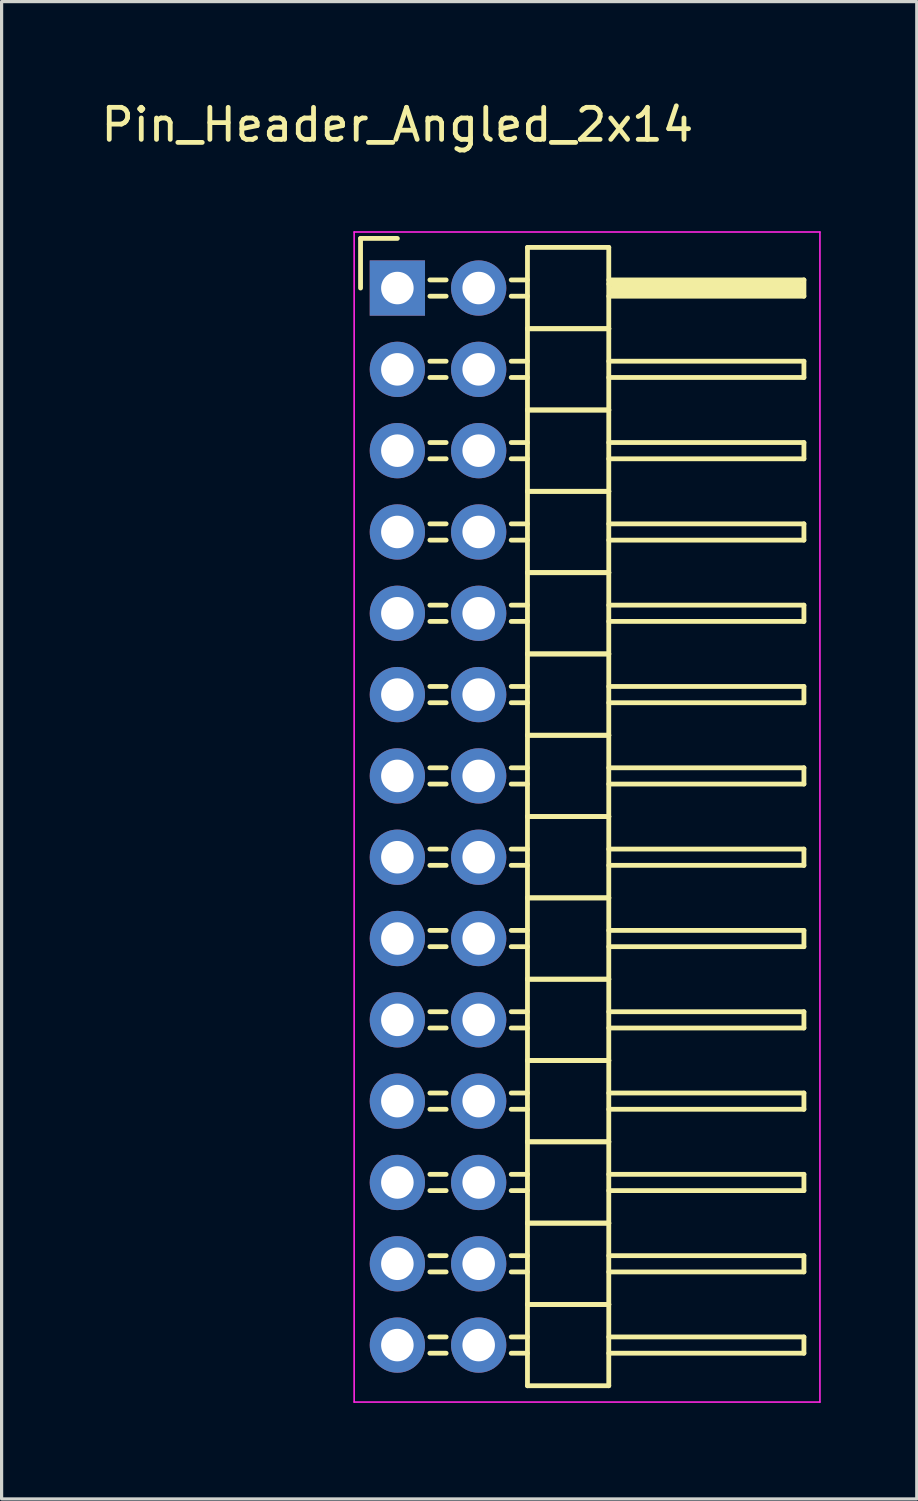
<source format=kicad_pcb>
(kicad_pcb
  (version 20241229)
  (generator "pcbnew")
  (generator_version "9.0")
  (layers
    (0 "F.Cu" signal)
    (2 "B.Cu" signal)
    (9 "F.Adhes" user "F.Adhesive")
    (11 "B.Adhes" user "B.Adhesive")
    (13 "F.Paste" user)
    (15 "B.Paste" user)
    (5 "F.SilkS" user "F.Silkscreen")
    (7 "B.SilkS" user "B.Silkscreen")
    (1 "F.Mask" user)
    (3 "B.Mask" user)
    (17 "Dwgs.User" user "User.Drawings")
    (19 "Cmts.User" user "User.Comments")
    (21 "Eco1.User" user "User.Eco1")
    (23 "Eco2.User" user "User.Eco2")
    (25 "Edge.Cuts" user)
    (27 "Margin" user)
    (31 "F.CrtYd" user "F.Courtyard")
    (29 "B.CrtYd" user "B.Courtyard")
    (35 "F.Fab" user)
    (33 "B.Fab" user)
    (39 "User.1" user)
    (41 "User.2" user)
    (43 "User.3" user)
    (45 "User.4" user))
  (footprint "Pin_Header_Angled_2x14"
    (layer "F.Cu")
    (at 9.363 5.948)
    (property "Reference" "Pin_Header_Angled_2x14" (at 0 -5.1 0) (layer "F.SilkS") (effects (font (size 1 1) (thickness 0.15))))
    (attr through_hole)
    (fp_line (start -1.15 -1.55) (end -1.15 0) (stroke (width 0.15) (type solid)) (layer "F.SilkS"))
    (fp_line (start 0 -1.55) (end -1.15 -1.55) (stroke (width 0.15) (type solid)) (layer "F.SilkS"))
    (fp_line (start 1.524 -0.254) (end 1.016 -0.254) (stroke (width 0.15) (type solid)) (layer "F.SilkS"))
    (fp_line (start 1.524 0.254) (end 1.016 0.254) (stroke (width 0.15) (type solid)) (layer "F.SilkS"))
    (fp_line (start 1.524 2.286) (end 1.016 2.286) (stroke (width 0.15) (type solid)) (layer "F.SilkS"))
    (fp_line (start 1.524 2.794) (end 1.016 2.794) (stroke (width 0.15) (type solid)) (layer "F.SilkS"))
    (fp_line (start 1.524 4.826) (end 1.016 4.826) (stroke (width 0.15) (type solid)) (layer "F.SilkS"))
    (fp_line (start 1.524 5.334) (end 1.016 5.334) (stroke (width 0.15) (type solid)) (layer "F.SilkS"))
    (fp_line (start 1.524 7.366) (end 1.016 7.366) (stroke (width 0.15) (type solid)) (layer "F.SilkS"))
    (fp_line (start 1.524 7.874) (end 1.016 7.874) (stroke (width 0.15) (type solid)) (layer "F.SilkS"))
    (fp_line (start 1.524 9.906) (end 1.016 9.906) (stroke (width 0.15) (type solid)) (layer "F.SilkS"))
    (fp_line (start 1.524 10.414) (end 1.016 10.414) (stroke (width 0.15) (type solid)) (layer "F.SilkS"))
    (fp_line (start 1.524 12.446) (end 1.016 12.446) (stroke (width 0.15) (type solid)) (layer "F.SilkS"))
    (fp_line (start 1.524 12.954) (end 1.016 12.954) (stroke (width 0.15) (type solid)) (layer "F.SilkS"))
    (fp_line (start 1.524 14.986) (end 1.016 14.986) (stroke (width 0.15) (type solid)) (layer "F.SilkS"))
    (fp_line (start 1.524 15.494) (end 1.016 15.494) (stroke (width 0.15) (type solid)) (layer "F.SilkS"))
    (fp_line (start 1.524 17.526) (end 1.016 17.526) (stroke (width 0.15) (type solid)) (layer "F.SilkS"))
    (fp_line (start 1.524 18.034) (end 1.016 18.034) (stroke (width 0.15) (type solid)) (layer "F.SilkS"))
    (fp_line (start 1.524 20.066) (end 1.016 20.066) (stroke (width 0.15) (type solid)) (layer "F.SilkS"))
    (fp_line (start 1.524 20.574) (end 1.016 20.574) (stroke (width 0.15) (type solid)) (layer "F.SilkS"))
    (fp_line (start 1.524 22.606) (end 1.016 22.606) (stroke (width 0.15) (type solid)) (layer "F.SilkS"))
    (fp_line (start 1.524 23.114) (end 1.016 23.114) (stroke (width 0.15) (type solid)) (layer "F.SilkS"))
    (fp_line (start 1.524 25.146) (end 1.016 25.146) (stroke (width 0.15) (type solid)) (layer "F.SilkS"))
    (fp_line (start 1.524 25.654) (end 1.016 25.654) (stroke (width 0.15) (type solid)) (layer "F.SilkS"))
    (fp_line (start 1.524 27.686) (end 1.016 27.686) (stroke (width 0.15) (type solid)) (layer "F.SilkS"))
    (fp_line (start 1.524 28.194) (end 1.016 28.194) (stroke (width 0.15) (type solid)) (layer "F.SilkS"))
    (fp_line (start 1.524 30.226) (end 1.016 30.226) (stroke (width 0.15) (type solid)) (layer "F.SilkS"))
    (fp_line (start 1.524 30.734) (end 1.016 30.734) (stroke (width 0.15) (type solid)) (layer "F.SilkS"))
    (fp_line (start 1.524 32.766) (end 1.016 32.766) (stroke (width 0.15) (type solid)) (layer "F.SilkS"))
    (fp_line (start 1.524 33.274) (end 1.016 33.274) (stroke (width 0.15) (type solid)) (layer "F.SilkS"))
    (fp_line (start 4.064 -1.27) (end 4.064 1.27) (stroke (width 0.15) (type solid)) (layer "F.SilkS"))
    (fp_line (start 4.064 -1.27) (end 6.604 -1.27) (stroke (width 0.15) (type solid)) (layer "F.SilkS"))
    (fp_line (start 4.064 -0.254) (end 3.556 -0.254) (stroke (width 0.15) (type solid)) (layer "F.SilkS"))
    (fp_line (start 4.064 0.254) (end 3.556 0.254) (stroke (width 0.15) (type solid)) (layer "F.SilkS"))
    (fp_line (start 4.064 1.27) (end 4.064 3.81) (stroke (width 0.15) (type solid)) (layer "F.SilkS"))
    (fp_line (start 4.064 1.27) (end 6.604 1.27) (stroke (width 0.15) (type solid)) (layer "F.SilkS"))
    (fp_line (start 4.064 1.27) (end 6.604 1.27) (stroke (width 0.15) (type solid)) (layer "F.SilkS"))
    (fp_line (start 4.064 2.286) (end 3.556 2.286) (stroke (width 0.15) (type solid)) (layer "F.SilkS"))
    (fp_line (start 4.064 2.794) (end 3.556 2.794) (stroke (width 0.15) (type solid)) (layer "F.SilkS"))
    (fp_line (start 4.064 3.81) (end 4.064 6.35) (stroke (width 0.15) (type solid)) (layer "F.SilkS"))
    (fp_line (start 4.064 3.81) (end 6.604 3.81) (stroke (width 0.15) (type solid)) (layer "F.SilkS"))
    (fp_line (start 4.064 3.81) (end 6.604 3.81) (stroke (width 0.15) (type solid)) (layer "F.SilkS"))
    (fp_line (start 4.064 4.826) (end 3.556 4.826) (stroke (width 0.15) (type solid)) (layer "F.SilkS"))
    (fp_line (start 4.064 5.334) (end 3.556 5.334) (stroke (width 0.15) (type solid)) (layer "F.SilkS"))
    (fp_line (start 4.064 6.35) (end 4.064 8.89) (stroke (width 0.15) (type solid)) (layer "F.SilkS"))
    (fp_line (start 4.064 6.35) (end 6.604 6.35) (stroke (width 0.15) (type solid)) (layer "F.SilkS"))
    (fp_line (start 4.064 6.35) (end 6.604 6.35) (stroke (width 0.15) (type solid)) (layer "F.SilkS"))
    (fp_line (start 4.064 7.366) (end 3.556 7.366) (stroke (width 0.15) (type solid)) (layer "F.SilkS"))
    (fp_line (start 4.064 7.874) (end 3.556 7.874) (stroke (width 0.15) (type solid)) (layer "F.SilkS"))
    (fp_line (start 4.064 8.89) (end 4.064 11.43) (stroke (width 0.15) (type solid)) (layer "F.SilkS"))
    (fp_line (start 4.064 8.89) (end 6.604 8.89) (stroke (width 0.15) (type solid)) (layer "F.SilkS"))
    (fp_line (start 4.064 8.89) (end 6.604 8.89) (stroke (width 0.15) (type solid)) (layer "F.SilkS"))
    (fp_line (start 4.064 9.906) (end 3.556 9.906) (stroke (width 0.15) (type solid)) (layer "F.SilkS"))
    (fp_line (start 4.064 10.414) (end 3.556 10.414) (stroke (width 0.15) (type solid)) (layer "F.SilkS"))
    (fp_line (start 4.064 11.43) (end 4.064 13.97) (stroke (width 0.15) (type solid)) (layer "F.SilkS"))
    (fp_line (start 4.064 11.43) (end 6.604 11.43) (stroke (width 0.15) (type solid)) (layer "F.SilkS"))
    (fp_line (start 4.064 11.43) (end 6.604 11.43) (stroke (width 0.15) (type solid)) (layer "F.SilkS"))
    (fp_line (start 4.064 12.446) (end 3.556 12.446) (stroke (width 0.15) (type solid)) (layer "F.SilkS"))
    (fp_line (start 4.064 12.954) (end 3.556 12.954) (stroke (width 0.15) (type solid)) (layer "F.SilkS"))
    (fp_line (start 4.064 13.97) (end 4.064 16.51) (stroke (width 0.15) (type solid)) (layer "F.SilkS"))
    (fp_line (start 4.064 13.97) (end 6.604 13.97) (stroke (width 0.15) (type solid)) (layer "F.SilkS"))
    (fp_line (start 4.064 13.97) (end 6.604 13.97) (stroke (width 0.15) (type solid)) (layer "F.SilkS"))
    (fp_line (start 4.064 14.986) (end 3.556 14.986) (stroke (width 0.15) (type solid)) (layer "F.SilkS"))
    (fp_line (start 4.064 15.494) (end 3.556 15.494) (stroke (width 0.15) (type solid)) (layer "F.SilkS"))
    (fp_line (start 4.064 16.51) (end 4.064 19.05) (stroke (width 0.15) (type solid)) (layer "F.SilkS"))
    (fp_line (start 4.064 16.51) (end 6.604 16.51) (stroke (width 0.15) (type solid)) (layer "F.SilkS"))
    (fp_line (start 4.064 16.51) (end 6.604 16.51) (stroke (width 0.15) (type solid)) (layer "F.SilkS"))
    (fp_line (start 4.064 17.526) (end 3.556 17.526) (stroke (width 0.15) (type solid)) (layer "F.SilkS"))
    (fp_line (start 4.064 18.034) (end 3.556 18.034) (stroke (width 0.15) (type solid)) (layer "F.SilkS"))
    (fp_line (start 4.064 19.05) (end 4.064 21.59) (stroke (width 0.15) (type solid)) (layer "F.SilkS"))
    (fp_line (start 4.064 19.05) (end 6.604 19.05) (stroke (width 0.15) (type solid)) (layer "F.SilkS"))
    (fp_line (start 4.064 19.05) (end 6.604 19.05) (stroke (width 0.15) (type solid)) (layer "F.SilkS"))
    (fp_line (start 4.064 20.066) (end 3.556 20.066) (stroke (width 0.15) (type solid)) (layer "F.SilkS"))
    (fp_line (start 4.064 20.574) (end 3.556 20.574) (stroke (width 0.15) (type solid)) (layer "F.SilkS"))
    (fp_line (start 4.064 21.59) (end 4.064 24.13) (stroke (width 0.15) (type solid)) (layer "F.SilkS"))
    (fp_line (start 4.064 21.59) (end 6.604 21.59) (stroke (width 0.15) (type solid)) (layer "F.SilkS"))
    (fp_line (start 4.064 21.59) (end 6.604 21.59) (stroke (width 0.15) (type solid)) (layer "F.SilkS"))
    (fp_line (start 4.064 22.606) (end 3.556 22.606) (stroke (width 0.15) (type solid)) (layer "F.SilkS"))
    (fp_line (start 4.064 23.114) (end 3.556 23.114) (stroke (width 0.15) (type solid)) (layer "F.SilkS"))
    (fp_line (start 4.064 24.13) (end 4.064 26.67) (stroke (width 0.15) (type solid)) (layer "F.SilkS"))
    (fp_line (start 4.064 24.13) (end 6.604 24.13) (stroke (width 0.15) (type solid)) (layer "F.SilkS"))
    (fp_line (start 4.064 24.13) (end 6.604 24.13) (stroke (width 0.15) (type solid)) (layer "F.SilkS"))
    (fp_line (start 4.064 25.146) (end 3.556 25.146) (stroke (width 0.15) (type solid)) (layer "F.SilkS"))
    (fp_line (start 4.064 25.654) (end 3.556 25.654) (stroke (width 0.15) (type solid)) (layer "F.SilkS"))
    (fp_line (start 4.064 26.67) (end 4.064 29.21) (stroke (width 0.15) (type solid)) (layer "F.SilkS"))
    (fp_line (start 4.064 26.67) (end 6.604 26.67) (stroke (width 0.15) (type solid)) (layer "F.SilkS"))
    (fp_line (start 4.064 26.67) (end 6.604 26.67) (stroke (width 0.15) (type solid)) (layer "F.SilkS"))
    (fp_line (start 4.064 27.686) (end 3.556 27.686) (stroke (width 0.15) (type solid)) (layer "F.SilkS"))
    (fp_line (start 4.064 28.194) (end 3.556 28.194) (stroke (width 0.15) (type solid)) (layer "F.SilkS"))
    (fp_line (start 4.064 29.21) (end 4.064 31.75) (stroke (width 0.15) (type solid)) (layer "F.SilkS"))
    (fp_line (start 4.064 29.21) (end 6.604 29.21) (stroke (width 0.15) (type solid)) (layer "F.SilkS"))
    (fp_line (start 4.064 29.21) (end 6.604 29.21) (stroke (width 0.15) (type solid)) (layer "F.SilkS"))
    (fp_line (start 4.064 30.226) (end 3.556 30.226) (stroke (width 0.15) (type solid)) (layer "F.SilkS"))
    (fp_line (start 4.064 30.734) (end 3.556 30.734) (stroke (width 0.15) (type solid)) (layer "F.SilkS"))
    (fp_line (start 4.064 31.75) (end 4.064 34.29) (stroke (width 0.15) (type solid)) (layer "F.SilkS"))
    (fp_line (start 4.064 31.75) (end 6.604 31.75) (stroke (width 0.15) (type solid)) (layer "F.SilkS"))
    (fp_line (start 4.064 31.75) (end 6.604 31.75) (stroke (width 0.15) (type solid)) (layer "F.SilkS"))
    (fp_line (start 4.064 32.766) (end 3.556 32.766) (stroke (width 0.15) (type solid)) (layer "F.SilkS"))
    (fp_line (start 4.064 33.274) (end 3.556 33.274) (stroke (width 0.15) (type solid)) (layer "F.SilkS"))
    (fp_line (start 4.064 34.29) (end 6.604 34.29) (stroke (width 0.15) (type solid)) (layer "F.SilkS"))
    (fp_line (start 6.604 -0.254) (end 12.7 -0.254) (stroke (width 0.15) (type solid)) (layer "F.SilkS"))
    (fp_line (start 6.604 -0.127) (end 12.573 -0.127) (stroke (width 0.15) (type solid)) (layer "F.SilkS"))
    (fp_line (start 6.604 1.27) (end 6.604 -1.27) (stroke (width 0.15) (type solid)) (layer "F.SilkS"))
    (fp_line (start 6.604 2.286) (end 12.7 2.286) (stroke (width 0.15) (type solid)) (layer "F.SilkS"))
    (fp_line (start 6.604 3.81) (end 6.604 1.27) (stroke (width 0.15) (type solid)) (layer "F.SilkS"))
    (fp_line (start 6.604 4.826) (end 12.7 4.826) (stroke (width 0.15) (type solid)) (layer "F.SilkS"))
    (fp_line (start 6.604 6.35) (end 6.604 3.81) (stroke (width 0.15) (type solid)) (layer "F.SilkS"))
    (fp_line (start 6.604 7.366) (end 12.7 7.366) (stroke (width 0.15) (type solid)) (layer "F.SilkS"))
    (fp_line (start 6.604 8.89) (end 6.604 6.35) (stroke (width 0.15) (type solid)) (layer "F.SilkS"))
    (fp_line (start 6.604 9.906) (end 12.7 9.906) (stroke (width 0.15) (type solid)) (layer "F.SilkS"))
    (fp_line (start 6.604 11.43) (end 6.604 8.89) (stroke (width 0.15) (type solid)) (layer "F.SilkS"))
    (fp_line (start 6.604 12.446) (end 12.7 12.446) (stroke (width 0.15) (type solid)) (layer "F.SilkS"))
    (fp_line (start 6.604 13.97) (end 6.604 11.43) (stroke (width 0.15) (type solid)) (layer "F.SilkS"))
    (fp_line (start 6.604 14.986) (end 12.7 14.986) (stroke (width 0.15) (type solid)) (layer "F.SilkS"))
    (fp_line (start 6.604 16.51) (end 6.604 13.97) (stroke (width 0.15) (type solid)) (layer "F.SilkS"))
    (fp_line (start 6.604 17.526) (end 12.7 17.526) (stroke (width 0.15) (type solid)) (layer "F.SilkS"))
    (fp_line (start 6.604 19.05) (end 6.604 16.51) (stroke (width 0.15) (type solid)) (layer "F.SilkS"))
    (fp_line (start 6.604 20.066) (end 12.7 20.066) (stroke (width 0.15) (type solid)) (layer "F.SilkS"))
    (fp_line (start 6.604 21.59) (end 6.604 19.05) (stroke (width 0.15) (type solid)) (layer "F.SilkS"))
    (fp_line (start 6.604 22.606) (end 12.7 22.606) (stroke (width 0.15) (type solid)) (layer "F.SilkS"))
    (fp_line (start 6.604 24.13) (end 6.604 21.59) (stroke (width 0.15) (type solid)) (layer "F.SilkS"))
    (fp_line (start 6.604 25.146) (end 12.7 25.146) (stroke (width 0.15) (type solid)) (layer "F.SilkS"))
    (fp_line (start 6.604 26.67) (end 6.604 24.13) (stroke (width 0.15) (type solid)) (layer "F.SilkS"))
    (fp_line (start 6.604 27.686) (end 12.7 27.686) (stroke (width 0.15) (type solid)) (layer "F.SilkS"))
    (fp_line (start 6.604 29.21) (end 6.604 26.67) (stroke (width 0.15) (type solid)) (layer "F.SilkS"))
    (fp_line (start 6.604 30.226) (end 12.7 30.226) (stroke (width 0.15) (type solid)) (layer "F.SilkS"))
    (fp_line (start 6.604 31.75) (end 6.604 29.21) (stroke (width 0.15) (type solid)) (layer "F.SilkS"))
    (fp_line (start 6.604 32.766) (end 12.7 32.766) (stroke (width 0.15) (type solid)) (layer "F.SilkS"))
    (fp_line (start 6.604 34.29) (end 6.604 31.75) (stroke (width 0.15) (type solid)) (layer "F.SilkS"))
    (fp_line (start 6.731 0) (end 12.573 0) (stroke (width 0.15) (type solid)) (layer "F.SilkS"))
    (fp_line (start 6.731 0.127) (end 6.731 0) (stroke (width 0.15) (type solid)) (layer "F.SilkS"))
    (fp_line (start 12.573 -0.127) (end 12.573 0.127) (stroke (width 0.15) (type solid)) (layer "F.SilkS"))
    (fp_line (start 12.573 0.127) (end 6.731 0.127) (stroke (width 0.15) (type solid)) (layer "F.SilkS"))
    (fp_line (start 12.7 -0.254) (end 12.7 0.254) (stroke (width 0.15) (type solid)) (layer "F.SilkS"))
    (fp_line (start 12.7 0.254) (end 6.604 0.254) (stroke (width 0.15) (type solid)) (layer "F.SilkS"))
    (fp_line (start 12.7 2.286) (end 12.7 2.794) (stroke (width 0.15) (type solid)) (layer "F.SilkS"))
    (fp_line (start 12.7 2.794) (end 6.604 2.794) (stroke (width 0.15) (type solid)) (layer "F.SilkS"))
    (fp_line (start 12.7 4.826) (end 12.7 5.334) (stroke (width 0.15) (type solid)) (layer "F.SilkS"))
    (fp_line (start 12.7 5.334) (end 6.604 5.334) (stroke (width 0.15) (type solid)) (layer "F.SilkS"))
    (fp_line (start 12.7 7.366) (end 12.7 7.874) (stroke (width 0.15) (type solid)) (layer "F.SilkS"))
    (fp_line (start 12.7 7.874) (end 6.604 7.874) (stroke (width 0.15) (type solid)) (layer "F.SilkS"))
    (fp_line (start 12.7 9.906) (end 12.7 10.414) (stroke (width 0.15) (type solid)) (layer "F.SilkS"))
    (fp_line (start 12.7 10.414) (end 6.604 10.414) (stroke (width 0.15) (type solid)) (layer "F.SilkS"))
    (fp_line (start 12.7 12.446) (end 12.7 12.954) (stroke (width 0.15) (type solid)) (layer "F.SilkS"))
    (fp_line (start 12.7 12.954) (end 6.604 12.954) (stroke (width 0.15) (type solid)) (layer "F.SilkS"))
    (fp_line (start 12.7 14.986) (end 12.7 15.494) (stroke (width 0.15) (type solid)) (layer "F.SilkS"))
    (fp_line (start 12.7 15.494) (end 6.604 15.494) (stroke (width 0.15) (type solid)) (layer "F.SilkS"))
    (fp_line (start 12.7 17.526) (end 12.7 18.034) (stroke (width 0.15) (type solid)) (layer "F.SilkS"))
    (fp_line (start 12.7 18.034) (end 6.604 18.034) (stroke (width 0.15) (type solid)) (layer "F.SilkS"))
    (fp_line (start 12.7 20.066) (end 12.7 20.574) (stroke (width 0.15) (type solid)) (layer "F.SilkS"))
    (fp_line (start 12.7 20.574) (end 6.604 20.574) (stroke (width 0.15) (type solid)) (layer "F.SilkS"))
    (fp_line (start 12.7 22.606) (end 12.7 23.114) (stroke (width 0.15) (type solid)) (layer "F.SilkS"))
    (fp_line (start 12.7 23.114) (end 6.604 23.114) (stroke (width 0.15) (type solid)) (layer "F.SilkS"))
    (fp_line (start 12.7 25.146) (end 12.7 25.654) (stroke (width 0.15) (type solid)) (layer "F.SilkS"))
    (fp_line (start 12.7 25.654) (end 6.604 25.654) (stroke (width 0.15) (type solid)) (layer "F.SilkS"))
    (fp_line (start 12.7 27.686) (end 12.7 28.194) (stroke (width 0.15) (type solid)) (layer "F.SilkS"))
    (fp_line (start 12.7 28.194) (end 6.604 28.194) (stroke (width 0.15) (type solid)) (layer "F.SilkS"))
    (fp_line (start 12.7 30.226) (end 12.7 30.734) (stroke (width 0.15) (type solid)) (layer "F.SilkS"))
    (fp_line (start 12.7 30.734) (end 6.604 30.734) (stroke (width 0.15) (type solid)) (layer "F.SilkS"))
    (fp_line (start 12.7 32.766) (end 12.7 33.274) (stroke (width 0.15) (type solid)) (layer "F.SilkS"))
    (fp_line (start 12.7 33.274) (end 6.604 33.274) (stroke (width 0.15) (type solid)) (layer "F.SilkS"))
    (fp_line (start -1.35 -1.75) (end -1.35 34.8) (stroke (width 0.05) (type solid)) (layer "F.CrtYd"))
    (fp_line (start -1.35 -1.75) (end 13.2 -1.75) (stroke (width 0.05) (type solid)) (layer "F.CrtYd"))
    (fp_line (start -1.35 34.8) (end 13.2 34.8) (stroke (width 0.05) (type solid)) (layer "F.CrtYd"))
    (fp_line (start 13.2 -1.75) (end 13.2 34.8) (stroke (width 0.05) (type solid)) (layer "F.CrtYd"))
    (pad "1" thru_hole rect (at 0 0) (size 1.727 1.727) (drill 1.016) (layers "*.Cu" "*.Mask"))
    (pad "2" thru_hole oval (at 2.54 0) (size 1.727 1.727) (drill 1.016) (layers "*.Cu" "*.Mask"))
    (pad "3" thru_hole oval (at 0 2.54) (size 1.727 1.727) (drill 1.016) (layers "*.Cu" "*.Mask"))
    (pad "4" thru_hole oval (at 2.54 2.54) (size 1.727 1.727) (drill 1.016) (layers "*.Cu" "*.Mask"))
    (pad "5" thru_hole oval (at 0 5.08) (size 1.727 1.727) (drill 1.016) (layers "*.Cu" "*.Mask"))
    (pad "6" thru_hole oval (at 2.54 5.08) (size 1.727 1.727) (drill 1.016) (layers "*.Cu" "*.Mask"))
    (pad "7" thru_hole oval (at 0 7.62) (size 1.727 1.727) (drill 1.016) (layers "*.Cu" "*.Mask"))
    (pad "8" thru_hole oval (at 2.54 7.62) (size 1.727 1.727) (drill 1.016) (layers "*.Cu" "*.Mask"))
    (pad "9" thru_hole oval (at 0 10.16) (size 1.727 1.727) (drill 1.016) (layers "*.Cu" "*.Mask"))
    (pad "10" thru_hole oval (at 2.54 10.16) (size 1.727 1.727) (drill 1.016) (layers "*.Cu" "*.Mask"))
    (pad "11" thru_hole oval (at 0 12.7) (size 1.727 1.727) (drill 1.016) (layers "*.Cu" "*.Mask"))
    (pad "12" thru_hole oval (at 2.54 12.7) (size 1.727 1.727) (drill 1.016) (layers "*.Cu" "*.Mask"))
    (pad "13" thru_hole oval (at 0 15.24) (size 1.727 1.727) (drill 1.016) (layers "*.Cu" "*.Mask"))
    (pad "14" thru_hole oval (at 2.54 15.24) (size 1.727 1.727) (drill 1.016) (layers "*.Cu" "*.Mask"))
    (pad "15" thru_hole oval (at 0 17.78) (size 1.727 1.727) (drill 1.016) (layers "*.Cu" "*.Mask"))
    (pad "16" thru_hole oval (at 2.54 17.78) (size 1.727 1.727) (drill 1.016) (layers "*.Cu" "*.Mask"))
    (pad "17" thru_hole oval (at 0 20.32) (size 1.727 1.727) (drill 1.016) (layers "*.Cu" "*.Mask"))
    (pad "18" thru_hole oval (at 2.54 20.32) (size 1.727 1.727) (drill 1.016) (layers "*.Cu" "*.Mask"))
    (pad "19" thru_hole oval (at 0 22.86) (size 1.727 1.727) (drill 1.016) (layers "*.Cu" "*.Mask"))
    (pad "20" thru_hole oval (at 2.54 22.86) (size 1.727 1.727) (drill 1.016) (layers "*.Cu" "*.Mask"))
    (pad "21" thru_hole oval (at 0 25.4) (size 1.727 1.727) (drill 1.016) (layers "*.Cu" "*.Mask"))
    (pad "22" thru_hole oval (at 2.54 25.4) (size 1.727 1.727) (drill 1.016) (layers "*.Cu" "*.Mask"))
    (pad "23" thru_hole oval (at 0 27.94) (size 1.727 1.727) (drill 1.016) (layers "*.Cu" "*.Mask"))
    (pad "24" thru_hole oval (at 2.54 27.94) (size 1.727 1.727) (drill 1.016) (layers "*.Cu" "*.Mask"))
    (pad "25" thru_hole oval (at 0 30.48) (size 1.727 1.727) (drill 1.016) (layers "*.Cu" "*.Mask"))
    (pad "26" thru_hole oval (at 2.54 30.48) (size 1.727 1.727) (drill 1.016) (layers "*.Cu" "*.Mask"))
    (pad "27" thru_hole oval (at 0 33.02) (size 1.727 1.727) (drill 1.016) (layers "*.Cu" "*.Mask"))
    (pad "28" thru_hole oval (at 2.54 33.02) (size 1.727 1.727) (drill 1.016) (layers "*.Cu" "*.Mask")))
  (gr_rect
    (start -3 -3)
    (end 25.588 43.773)
    (stroke (width 0.1) (type default))
    (fill no)
    (layer "Edge.Cuts")))
</source>
